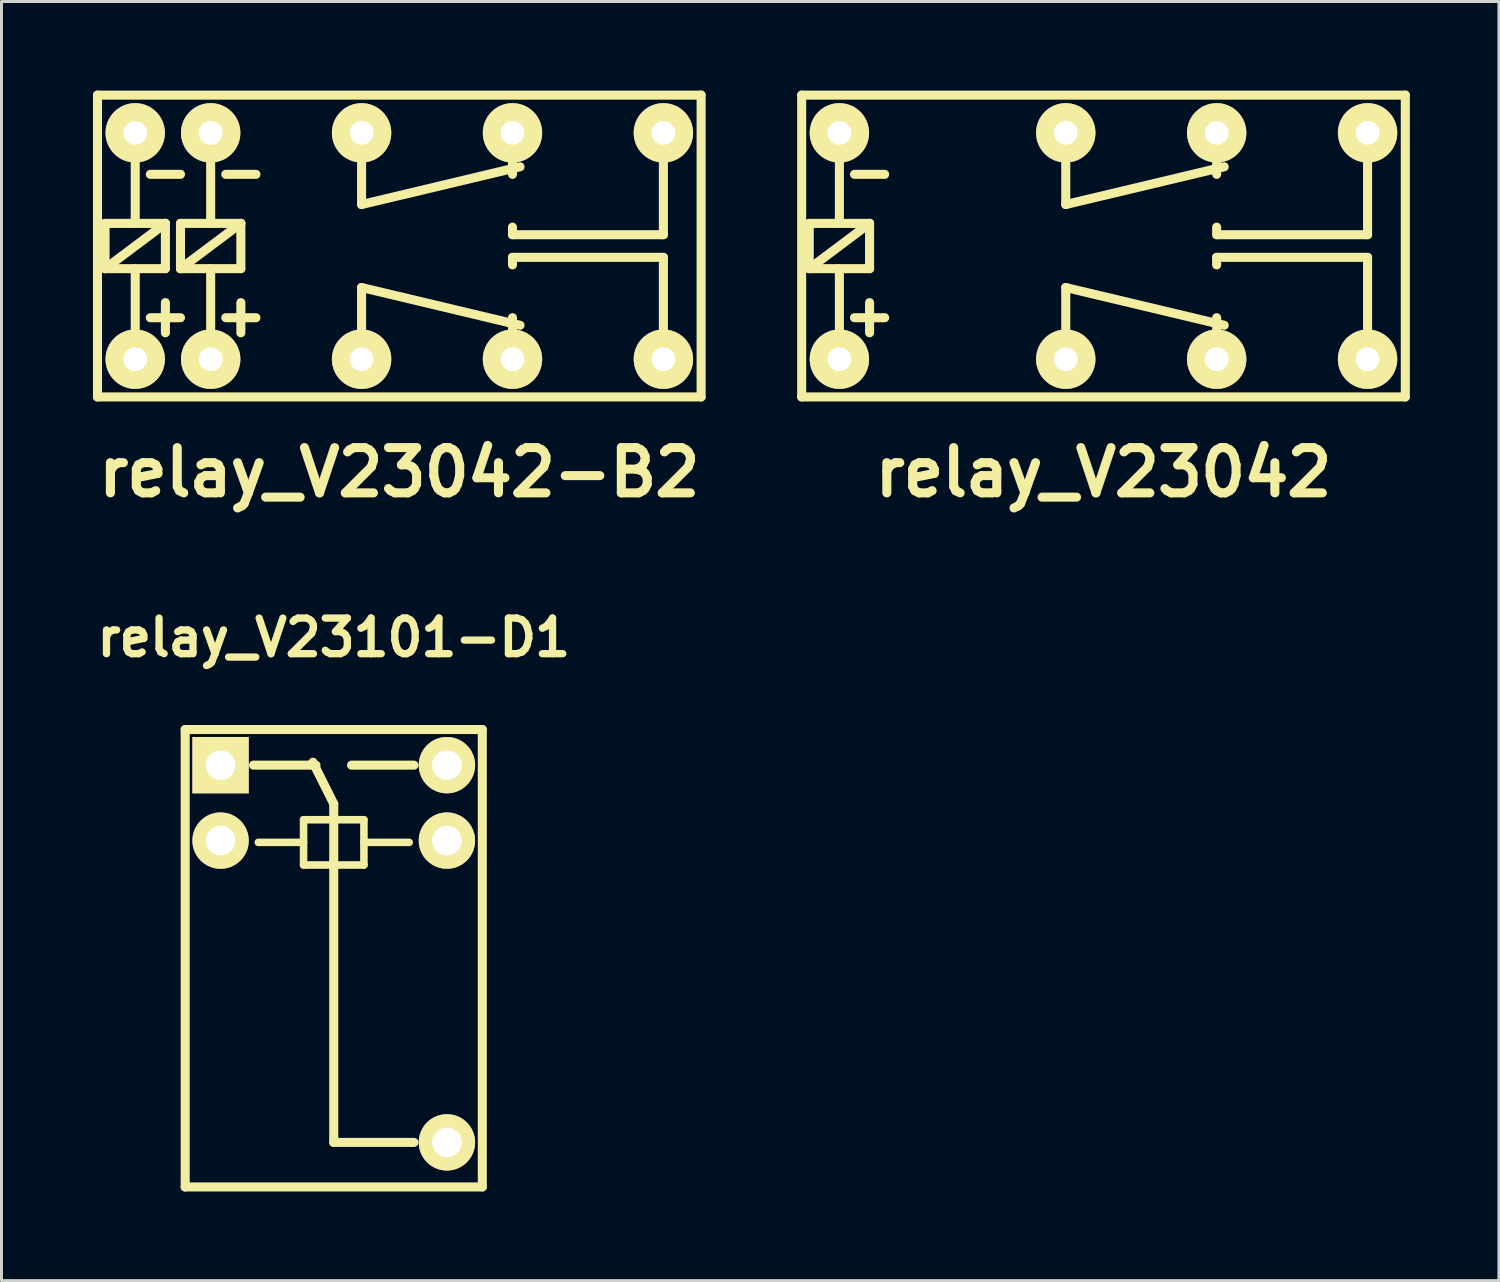
<source format=kicad_pcb>
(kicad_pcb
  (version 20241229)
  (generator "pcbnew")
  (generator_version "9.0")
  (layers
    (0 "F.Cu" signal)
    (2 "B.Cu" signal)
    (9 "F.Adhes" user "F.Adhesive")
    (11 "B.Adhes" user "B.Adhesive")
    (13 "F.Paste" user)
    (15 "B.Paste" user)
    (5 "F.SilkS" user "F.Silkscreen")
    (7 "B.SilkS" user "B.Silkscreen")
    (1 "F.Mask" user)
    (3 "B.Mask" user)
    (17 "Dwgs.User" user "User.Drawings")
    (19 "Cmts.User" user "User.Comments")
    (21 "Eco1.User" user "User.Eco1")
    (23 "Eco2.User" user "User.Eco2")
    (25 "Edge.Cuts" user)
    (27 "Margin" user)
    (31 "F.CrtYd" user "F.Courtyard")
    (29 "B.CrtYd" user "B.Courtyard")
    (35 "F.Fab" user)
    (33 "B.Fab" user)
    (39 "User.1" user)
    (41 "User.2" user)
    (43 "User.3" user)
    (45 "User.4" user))
  (footprint "relay_V23101-D1"
    (layer "F.Cu")
    (at 8.185 29.208)
    (property "Reference" "relay_V23101-D1" (at 0 -10.795 0) (layer "F.SilkS") (effects (font (size 1.199 1.199) (thickness 0.246))))
    (attr through_hole)
    (fp_line (start -5.001 -7.699) (end 5.001 -7.699) (stroke (width 0.305) (type solid)) (layer "F.SilkS"))
    (fp_line (start -5.001 7.699) (end -5.001 -7.699) (stroke (width 0.305) (type solid)) (layer "F.SilkS"))
    (fp_line (start -2.54 -3.901) (end -1.016 -3.901) (stroke (width 0.254) (type solid)) (layer "F.SilkS"))
    (fp_line (start -1.016 -4.663) (end -1.016 -3.139) (stroke (width 0.254) (type solid)) (layer "F.SilkS"))
    (fp_line (start -1.016 -3.139) (end 1.016 -3.139) (stroke (width 0.254) (type solid)) (layer "F.SilkS"))
    (fp_line (start -0.599 -6.5) (end -2.7 -6.5) (stroke (width 0.305) (type solid)) (layer "F.SilkS"))
    (fp_line (start 0 -5.199) (end -0.701 -6.599) (stroke (width 0.305) (type solid)) (layer "F.SilkS"))
    (fp_line (start 0 -5.199) (end 0 6.2) (stroke (width 0.305) (type solid)) (layer "F.SilkS"))
    (fp_line (start 0.599 -6.5) (end 2.7 -6.5) (stroke (width 0.305) (type solid)) (layer "F.SilkS"))
    (fp_line (start 1.016 -4.663) (end -1.016 -4.663) (stroke (width 0.254) (type solid)) (layer "F.SilkS"))
    (fp_line (start 1.016 -3.901) (end 2.54 -3.901) (stroke (width 0.254) (type solid)) (layer "F.SilkS"))
    (fp_line (start 1.016 -3.139) (end 1.016 -4.663) (stroke (width 0.254) (type solid)) (layer "F.SilkS"))
    (fp_line (start 2.7 6.2) (end 0 6.2) (stroke (width 0.305) (type solid)) (layer "F.SilkS"))
    (fp_line (start 5.001 -7.699) (end 5.001 7.699) (stroke (width 0.305) (type solid)) (layer "F.SilkS"))
    (fp_line (start 5.001 7.699) (end -5.001 7.699) (stroke (width 0.305) (type solid)) (layer "F.SilkS"))
    (pad "1" thru_hole rect (at -3.81 -6.5) (size 1.897 1.897) (drill 0.996) (layers "*.Cu" "*.Mask" "F.SilkS"))
    (pad "2" thru_hole circle (at -3.81 -3.96) (size 1.897 1.897) (drill 0.996) (layers "*.Cu" "*.Mask" "F.SilkS"))
    (pad "7" thru_hole circle (at 3.81 6.198) (size 1.897 1.897) (drill 0.996) (layers "*.Cu" "*.Mask" "F.SilkS"))
    (pad "11" thru_hole circle (at 3.81 -3.96) (size 1.897 1.897) (drill 0.996) (layers "*.Cu" "*.Mask" "F.SilkS"))
    (pad "12" thru_hole circle (at 3.81 -6.5) (size 1.897 1.897) (drill 0.996) (layers "*.Cu" "*.Mask" "F.SilkS")))
  (footprint "relay_V23042"
    (layer "F.Cu")
    (at 34.097 5.232)
    (property "Reference" "relay_V23042" (at 0 7.62 0) (layer "F.SilkS") (effects (font (size 1.524 1.524) (thickness 0.305))))
    (attr through_hole)
    (fp_line (start -10.16 -5.08) (end -10.16 5.08) (stroke (width 0.305) (type solid)) (layer "F.SilkS"))
    (fp_line (start -10.16 5.08) (end 10.16 5.08) (stroke (width 0.305) (type solid)) (layer "F.SilkS"))
    (fp_line (start -9.906 -0.762) (end -7.874 -0.762) (stroke (width 0.305) (type solid)) (layer "F.SilkS"))
    (fp_line (start -9.906 0.762) (end -9.906 -0.762) (stroke (width 0.305) (type solid)) (layer "F.SilkS"))
    (fp_line (start -9.906 0.762) (end -7.874 -0.762) (stroke (width 0.305) (type solid)) (layer "F.SilkS"))
    (fp_line (start -8.89 -3.81) (end -8.89 -0.762) (stroke (width 0.305) (type solid)) (layer "F.SilkS"))
    (fp_line (start -8.89 3.81) (end -8.89 0.762) (stroke (width 0.305) (type solid)) (layer "F.SilkS"))
    (fp_line (start -7.874 -0.762) (end -7.874 0.762) (stroke (width 0.305) (type solid)) (layer "F.SilkS"))
    (fp_line (start -7.874 0.762) (end -9.906 0.762) (stroke (width 0.305) (type solid)) (layer "F.SilkS"))
    (fp_line (start -7.874 1.905) (end -7.874 2.921) (stroke (width 0.305) (type solid)) (layer "F.SilkS"))
    (fp_line (start -7.366 -2.413) (end -8.382 -2.413) (stroke (width 0.305) (type solid)) (layer "F.SilkS"))
    (fp_line (start -7.366 2.413) (end -8.382 2.413) (stroke (width 0.305) (type solid)) (layer "F.SilkS"))
    (fp_line (start -1.27 -1.397) (end -1.27 -3.81) (stroke (width 0.305) (type solid)) (layer "F.SilkS"))
    (fp_line (start -1.27 -1.397) (end 4.064 -2.667) (stroke (width 0.305) (type solid)) (layer "F.SilkS"))
    (fp_line (start -1.27 1.397) (end 4.064 2.667) (stroke (width 0.305) (type solid)) (layer "F.SilkS"))
    (fp_line (start -1.27 3.81) (end -1.27 1.397) (stroke (width 0.305) (type solid)) (layer "F.SilkS"))
    (fp_line (start 3.81 -2.413) (end 3.81 -3.81) (stroke (width 0.305) (type solid)) (layer "F.SilkS"))
    (fp_line (start 3.81 -0.381) (end 3.81 -0.635) (stroke (width 0.305) (type solid)) (layer "F.SilkS"))
    (fp_line (start 3.81 0.381) (end 3.81 0.635) (stroke (width 0.305) (type solid)) (layer "F.SilkS"))
    (fp_line (start 3.81 3.81) (end 3.81 2.413) (stroke (width 0.305) (type solid)) (layer "F.SilkS"))
    (fp_line (start 8.89 -0.381) (end 3.81 -0.381) (stroke (width 0.305) (type solid)) (layer "F.SilkS"))
    (fp_line (start 8.89 -0.381) (end 8.89 -3.81) (stroke (width 0.305) (type solid)) (layer "F.SilkS"))
    (fp_line (start 8.89 0.381) (end 3.81 0.381) (stroke (width 0.305) (type solid)) (layer "F.SilkS"))
    (fp_line (start 8.89 3.81) (end 8.89 0.381) (stroke (width 0.305) (type solid)) (layer "F.SilkS"))
    (fp_line (start 10.16 -5.08) (end -10.16 -5.08) (stroke (width 0.305) (type solid)) (layer "F.SilkS"))
    (fp_line (start 10.16 5.08) (end 10.16 -5.08) (stroke (width 0.305) (type solid)) (layer "F.SilkS"))
    (pad "1" thru_hole circle (at -8.89 3.81) (size 1.999 1.999) (drill 0.8) (layers "*.Cu" "*.Mask" "F.SilkS"))
    (pad "4" thru_hole circle (at -1.27 3.81) (size 1.999 1.999) (drill 0.8) (layers "*.Cu" "*.Mask" "F.SilkS"))
    (pad "6" thru_hole circle (at 3.81 3.81) (size 1.999 1.999) (drill 0.8) (layers "*.Cu" "*.Mask" "F.SilkS"))
    (pad "8" thru_hole circle (at 8.89 3.81) (size 1.999 1.999) (drill 0.8) (layers "*.Cu" "*.Mask" "F.SilkS"))
    (pad "9" thru_hole circle (at 8.89 -3.81) (size 1.999 1.999) (drill 0.8) (layers "*.Cu" "*.Mask" "F.SilkS"))
    (pad "11" thru_hole circle (at 3.81 -3.81) (size 1.999 1.999) (drill 0.8) (layers "*.Cu" "*.Mask" "F.SilkS"))
    (pad "13" thru_hole circle (at -1.27 -3.81) (size 1.999 1.999) (drill 0.8) (layers "*.Cu" "*.Mask" "F.SilkS"))
    (pad "16" thru_hole circle (at -8.89 -3.81) (size 1.999 1.999) (drill 0.8) (layers "*.Cu" "*.Mask" "F.SilkS")))
  (footprint "relay_V23042-B2"
    (layer "F.Cu")
    (at 10.392 5.232)
    (property "Reference" "relay_V23042-B2" (at 0 7.62 0) (layer "F.SilkS") (effects (font (size 1.524 1.524) (thickness 0.305))))
    (attr through_hole)
    (fp_line (start -10.16 -5.08) (end -10.16 5.08) (stroke (width 0.305) (type solid)) (layer "F.SilkS"))
    (fp_line (start -10.16 5.08) (end 10.16 5.08) (stroke (width 0.305) (type solid)) (layer "F.SilkS"))
    (fp_line (start -9.906 -0.762) (end -7.874 -0.762) (stroke (width 0.305) (type solid)) (layer "F.SilkS"))
    (fp_line (start -9.906 0.762) (end -9.906 -0.762) (stroke (width 0.305) (type solid)) (layer "F.SilkS"))
    (fp_line (start -9.906 0.762) (end -7.874 -0.762) (stroke (width 0.305) (type solid)) (layer "F.SilkS"))
    (fp_line (start -8.89 -3.81) (end -8.89 -0.762) (stroke (width 0.305) (type solid)) (layer "F.SilkS"))
    (fp_line (start -8.89 3.81) (end -8.89 0.762) (stroke (width 0.305) (type solid)) (layer "F.SilkS"))
    (fp_line (start -7.874 -0.762) (end -7.874 0.762) (stroke (width 0.305) (type solid)) (layer "F.SilkS"))
    (fp_line (start -7.874 0.762) (end -9.906 0.762) (stroke (width 0.305) (type solid)) (layer "F.SilkS"))
    (fp_line (start -7.874 1.905) (end -7.874 2.921) (stroke (width 0.305) (type solid)) (layer "F.SilkS"))
    (fp_line (start -7.366 -2.413) (end -8.382 -2.413) (stroke (width 0.305) (type solid)) (layer "F.SilkS"))
    (fp_line (start -7.366 -0.762) (end -7.366 0.762) (stroke (width 0.305) (type solid)) (layer "F.SilkS"))
    (fp_line (start -7.366 -0.762) (end -5.334 -0.762) (stroke (width 0.305) (type solid)) (layer "F.SilkS"))
    (fp_line (start -7.366 0.762) (end -5.334 -0.762) (stroke (width 0.305) (type solid)) (layer "F.SilkS"))
    (fp_line (start -7.366 2.413) (end -8.382 2.413) (stroke (width 0.305) (type solid)) (layer "F.SilkS"))
    (fp_line (start -6.35 -3.81) (end -6.35 -0.762) (stroke (width 0.305) (type solid)) (layer "F.SilkS"))
    (fp_line (start -6.35 3.81) (end -6.35 0.762) (stroke (width 0.305) (type solid)) (layer "F.SilkS"))
    (fp_line (start -5.334 -0.762) (end -5.334 0.762) (stroke (width 0.305) (type solid)) (layer "F.SilkS"))
    (fp_line (start -5.334 0.762) (end -7.366 0.762) (stroke (width 0.305) (type solid)) (layer "F.SilkS"))
    (fp_line (start -5.334 1.905) (end -5.334 2.921) (stroke (width 0.305) (type solid)) (layer "F.SilkS"))
    (fp_line (start -4.826 -2.413) (end -5.842 -2.413) (stroke (width 0.305) (type solid)) (layer "F.SilkS"))
    (fp_line (start -4.826 2.413) (end -5.842 2.413) (stroke (width 0.305) (type solid)) (layer "F.SilkS"))
    (fp_line (start -1.27 -1.397) (end -1.27 -3.81) (stroke (width 0.305) (type solid)) (layer "F.SilkS"))
    (fp_line (start -1.27 -1.397) (end 4.064 -2.667) (stroke (width 0.305) (type solid)) (layer "F.SilkS"))
    (fp_line (start -1.27 1.397) (end 4.064 2.667) (stroke (width 0.305) (type solid)) (layer "F.SilkS"))
    (fp_line (start -1.27 3.81) (end -1.27 1.397) (stroke (width 0.305) (type solid)) (layer "F.SilkS"))
    (fp_line (start 3.81 -2.413) (end 3.81 -3.81) (stroke (width 0.305) (type solid)) (layer "F.SilkS"))
    (fp_line (start 3.81 -0.381) (end 3.81 -0.635) (stroke (width 0.305) (type solid)) (layer "F.SilkS"))
    (fp_line (start 3.81 0.381) (end 3.81 0.635) (stroke (width 0.305) (type solid)) (layer "F.SilkS"))
    (fp_line (start 3.81 3.81) (end 3.81 2.413) (stroke (width 0.305) (type solid)) (layer "F.SilkS"))
    (fp_line (start 8.89 -0.381) (end 3.81 -0.381) (stroke (width 0.305) (type solid)) (layer "F.SilkS"))
    (fp_line (start 8.89 -0.381) (end 8.89 -3.81) (stroke (width 0.305) (type solid)) (layer "F.SilkS"))
    (fp_line (start 8.89 0.381) (end 3.81 0.381) (stroke (width 0.305) (type solid)) (layer "F.SilkS"))
    (fp_line (start 8.89 3.81) (end 8.89 0.381) (stroke (width 0.305) (type solid)) (layer "F.SilkS"))
    (fp_line (start 10.16 -5.08) (end -10.16 -5.08) (stroke (width 0.305) (type solid)) (layer "F.SilkS"))
    (fp_line (start 10.16 5.08) (end 10.16 -5.08) (stroke (width 0.305) (type solid)) (layer "F.SilkS"))
    (pad "1" thru_hole circle (at -8.89 3.81) (size 1.999 1.999) (drill 0.8) (layers "*.Cu" "*.Mask" "F.SilkS"))
    (pad "2" thru_hole circle (at -6.35 3.81) (size 1.999 1.999) (drill 0.8) (layers "*.Cu" "*.Mask" "F.SilkS"))
    (pad "4" thru_hole circle (at -1.27 3.81) (size 1.999 1.999) (drill 0.8) (layers "*.Cu" "*.Mask" "F.SilkS"))
    (pad "6" thru_hole circle (at 3.81 3.81) (size 1.999 1.999) (drill 0.8) (layers "*.Cu" "*.Mask" "F.SilkS"))
    (pad "8" thru_hole circle (at 8.89 3.81) (size 1.999 1.999) (drill 0.8) (layers "*.Cu" "*.Mask" "F.SilkS"))
    (pad "9" thru_hole circle (at 8.89 -3.81) (size 1.999 1.999) (drill 0.8) (layers "*.Cu" "*.Mask" "F.SilkS"))
    (pad "11" thru_hole circle (at 3.81 -3.81) (size 1.999 1.999) (drill 0.8) (layers "*.Cu" "*.Mask" "F.SilkS"))
    (pad "13" thru_hole circle (at -1.27 -3.81) (size 1.999 1.999) (drill 0.8) (layers "*.Cu" "*.Mask" "F.SilkS"))
    (pad "15" thru_hole circle (at -6.35 -3.81) (size 1.999 1.999) (drill 0.8) (layers "*.Cu" "*.Mask" "F.SilkS"))
    (pad "16" thru_hole circle (at -8.89 -3.81) (size 1.999 1.999) (drill 0.8) (layers "*.Cu" "*.Mask" "F.SilkS")))
  (gr_rect
    (start -3 -3)
    (end 47.409 40.059)
    (stroke (width 0.1) (type default))
    (fill no)
    (layer "Edge.Cuts")))
</source>
